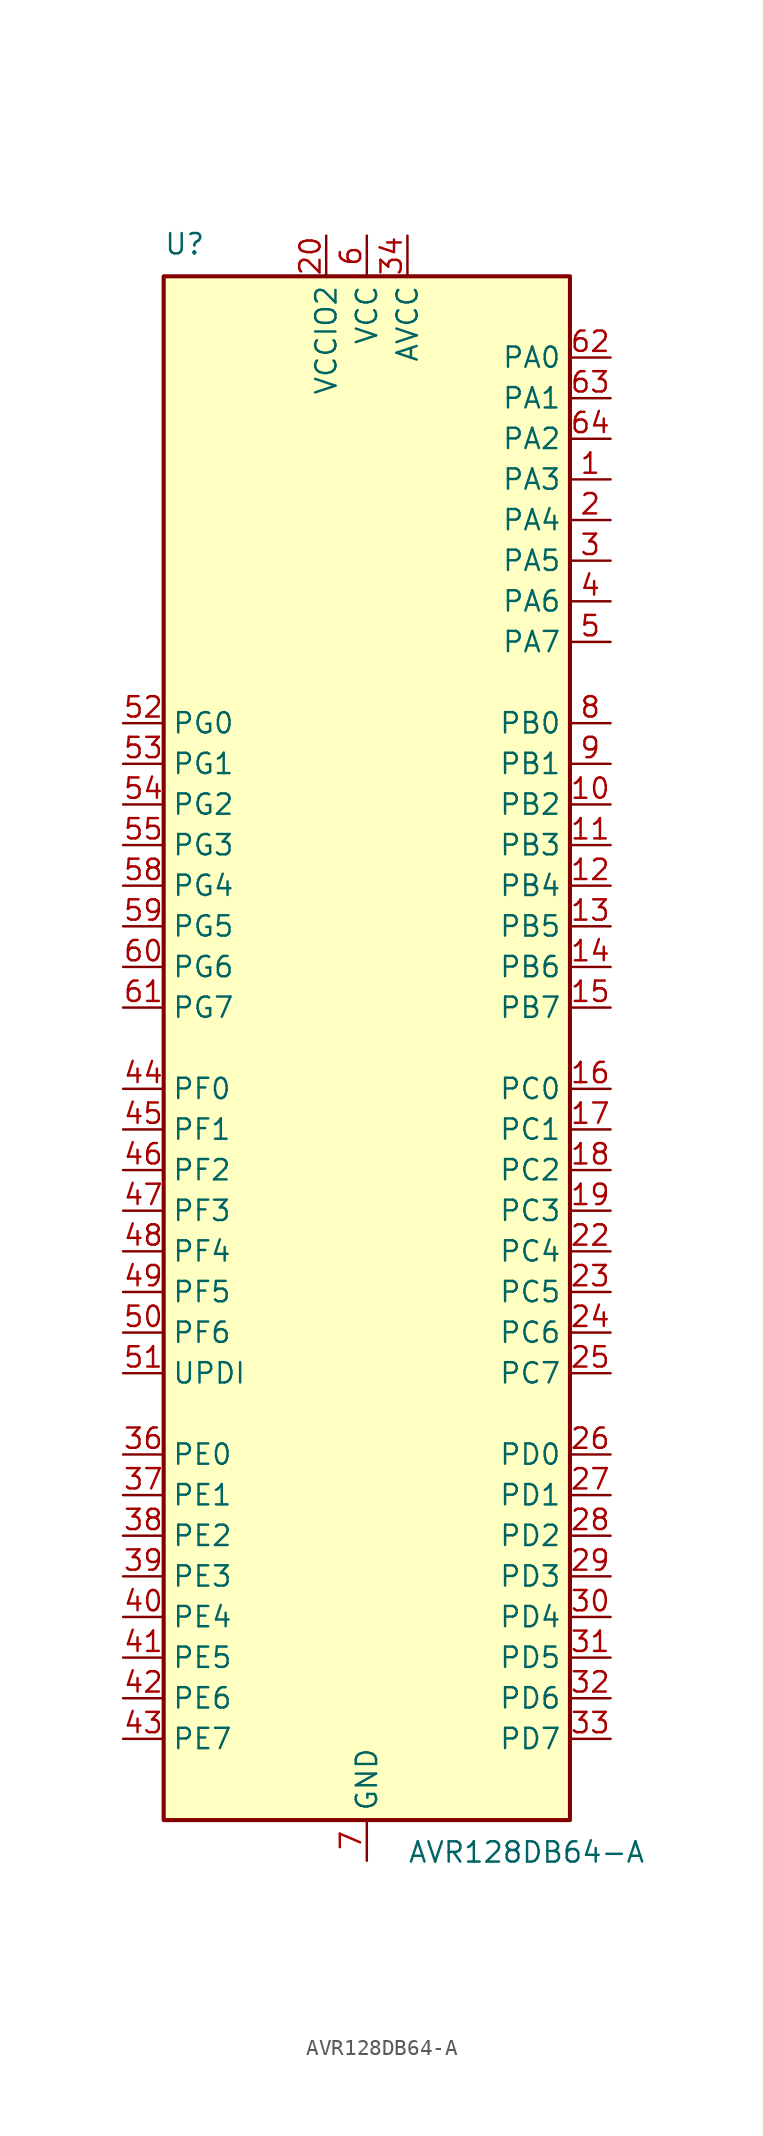
<source format=kicad_sym>
(kicad_symbol_lib
  (version 20211014)
  (generator kicad_symbol_editor)
  (symbol "AVR128DB64-A"
    (property "Reference" "U"
      (at -12.7 49.53 0)
      (effects (font (size 1.27 1.27)) (justify left bottom)))
    (property "Value" "AVR128DB64-A"
      (at 2.54 -49.53 0)
      (effects (font (size 1.27 1.27)) (justify left top)))
    (symbol "AVR128DB64-A_0_1"
      (rectangle (start -12.7 -48.26) (end 12.7 48.26) (stroke (width 0.254) (type default) (color 0 0 0 0)) (fill (type background))))
    (symbol "AVR128DB64-A_1_1"
      (pin bidirectional line (at 15.24 35.56 180) (length 2.54) (name "PA3" (effects (font (size 1.27 1.27)))) (number "1" (effects (font (size 1.27 1.27)))) (alternate "LUT0-OUT" output line) (alternate "TCA0-WO3" output line) (alternate "TCB1-WO" output line) (alternate "TWI0-SCL(MS)" bidirectional line) (alternate "USART0-XDIR" output line))
      (pin bidirectional line (at 15.24 15.24 180) (length 2.54) (name "PB2" (effects (font (size 1.27 1.27)))) (number "10" (effects (font (size 1.27 1.27)))) (alternate "EVOUTB" output line) (alternate "LUT4-IN2" input line) (alternate "TCA0-WO2(1)" output line) (alternate "TCA1-WO2" output line) (alternate "TWI1-SDA(MS)(0,2)" bidirectional line) (alternate "USART3-XCK" bidirectional line))
      (pin bidirectional line (at 15.24 12.7 180) (length 2.54) (name "PB3" (effects (font (size 1.27 1.27)))) (number "11" (effects (font (size 1.27 1.27)))) (alternate "LUT4-OUT" output line) (alternate "TCA0-WO3(1)" output line) (alternate "TCA1-WO3" output line) (alternate "USART1-SCL(MS)(0,2)" bidirectional line) (alternate "USART3-XDIR" output line))
      (pin bidirectional line (at 15.24 10.16 180) (length 2.54) (name "PB4" (effects (font (size 1.27 1.27)))) (number "12" (effects (font (size 1.27 1.27)))) (alternate "SPI1-MOSI(2)" bidirectional line) (alternate "TCA0-WO4(1)" output line) (alternate "TCA1-WO4" output line) (alternate "TCB2-WO(1)" output line) (alternate "TCD0-WOA(1)" output line) (alternate "USART3-TXD(1)" bidirectional line))
      (pin bidirectional line (at 15.24 7.62 180) (length 2.54) (name "PB5" (effects (font (size 1.27 1.27)))) (number "13" (effects (font (size 1.27 1.27)))) (alternate "SPI1-MISO(2)" bidirectional line) (alternate "TCA0-WO5(1)" output line) (alternate "TCA1-WO5" output line) (alternate "TCB3-WO" output line) (alternate "TCD0-WOB(1)" output line) (alternate "USART3-RXD(1)" input line))
      (pin bidirectional line (at 15.24 5.08 180) (length 2.54) (name "PB6" (effects (font (size 1.27 1.27)))) (number "14" (effects (font (size 1.27 1.27)))) (alternate "LUT4-OUT(1)" output line) (alternate "SPI1-SCK(2)" bidirectional line) (alternate "TCD0-WOC(1)" output line) (alternate "TWI1-SDA(S)(1,2)" input line) (alternate "USART3-XCK(1)" bidirectional line))
      (pin bidirectional line (at 15.24 2.54 180) (length 2.54) (name "PB7" (effects (font (size 1.27 1.27)))) (number "15" (effects (font (size 1.27 1.27)))) (alternate "EVOUTB(1)" output line) (alternate "SPI1-~{SS}(2)" bidirectional line) (alternate "TCD0-WOD(1)" output line) (alternate "TWI1-SCL(S)(1,2)" input line) (alternate "USART3-XDIR(1)" output line))
      (pin bidirectional line (at 15.24 -2.54 180) (length 2.54) (name "PC0" (effects (font (size 1.27 1.27)))) (number "16" (effects (font (size 1.27 1.27)))) (alternate "LUT1-IN0" input line) (alternate "SPI1-MOSI" bidirectional line) (alternate "TCA0-WO0(2)" output line) (alternate "TCB2-WO" output line) (alternate "USART1-TXD" bidirectional line))
      (pin bidirectional line (at 15.24 -5.08 180) (length 2.54) (name "PC1" (effects (font (size 1.27 1.27)))) (number "17" (effects (font (size 1.27 1.27)))) (alternate "LUT1-IN1" input line) (alternate "SPI1-MISO" bidirectional line) (alternate "TCA0-WO1(2)" output line) (alternate "TCB3-WO(1)" output line) (alternate "USART1-RXD" input line))
      (pin bidirectional line (at 15.24 -7.62 180) (length 2.54) (name "PC2" (effects (font (size 1.27 1.27)))) (number "18" (effects (font (size 1.27 1.27)))) (alternate "EVOUTC" output line) (alternate "LUT1-IN2" input line) (alternate "SPI1-SCK" bidirectional line) (alternate "TCA-WO2(2)" output line) (alternate "TWI0-SDA(MS+)(0,2)" bidirectional line) (alternate "USART1-XCK" bidirectional line))
      (pin bidirectional line (at 15.24 -10.16 180) (length 2.54) (name "PC3" (effects (font (size 1.27 1.27)))) (number "19" (effects (font (size 1.27 1.27)))) (alternate "LUT1-OUT" output line) (alternate "SPI1-~{SS}" bidirectional line) (alternate "TCA0-WO3(2)" output line) (alternate "TWI0-SCL(MS)(0,2" bidirectional line) (alternate "USART1-XDIR" output line))
      (pin bidirectional line (at 15.24 33.02 180) (length 2.54) (name "PA4" (effects (font (size 1.27 1.27)))) (number "2" (effects (font (size 1.27 1.27)))) (alternate "SPI0-MOSI" bidirectional line) (alternate "TCA0-WO4" output line) (alternate "TCD0-WOA" output line) (alternate "USART0-TXD(1)" bidirectional line))
      (pin power_in line (at -2.54 50.8 270) (length 2.54) (name "VCCIO2" (effects (font (size 1.27 1.27)))) (number "20" (effects (font (size 1.27 1.27)))))
      (pin power_in line (at 0 -50.8 90) (length 2.54) hide (name "GND" (effects (font (size 1.27 1.27)))) (number "21" (effects (font (size 1.27 1.27)))))
      (pin bidirectional line (at 15.24 -12.7 180) (length 2.54) (name "PC4" (effects (font (size 1.27 1.27)))) (number "22" (effects (font (size 1.27 1.27)))) (alternate "SPI1-MOSI(1)" bidirectional line) (alternate "TCA0-WO4(2)" output line) (alternate "TCA1-WO0(1)" output line) (alternate "USART1-TXD(1)" bidirectional line))
      (pin bidirectional line (at 15.24 -15.24 180) (length 2.54) (name "PC5" (effects (font (size 1.27 1.27)))) (number "23" (effects (font (size 1.27 1.27)))) (alternate "SPI1-MISO(1)" bidirectional line) (alternate "TCA0-WO5(2)" output line) (alternate "TCA1-WO1(1)" output line) (alternate "USART1-RXD(1)" input line))
      (pin bidirectional line (at 15.24 -17.78 180) (length 2.54) (name "PC6" (effects (font (size 1.27 1.27)))) (number "24" (effects (font (size 1.27 1.27)))) (alternate "AC0-OUT(1)" output line) (alternate "AC1-OUT(1)" output line) (alternate "AC2-OUT(1)" output line) (alternate "LUT1-OUT(1)" output line) (alternate "SPI1-SCK(1)" bidirectional line) (alternate "TCA-WO2(2)" output line) (alternate "TWI0-SDA(S)(1,2)" bidirectional line) (alternate "USART1-XCK(1)" bidirectional line))
      (pin bidirectional line (at 15.24 -20.32 180) (length 2.54) (name "PC7" (effects (font (size 1.27 1.27)))) (number "25" (effects (font (size 1.27 1.27)))) (alternate "EVOUTC(1)" output line) (alternate "SPI1-~{SS}(1)" bidirectional line) (alternate "TWI0-SCL(S)(1,2)" bidirectional line) (alternate "USART1-XDIR(1)" output line) (alternate "ZCD0-OUT(1)" output line) (alternate "ZCD1-OUT(1)" output line) (alternate "ZCD2-OUT(1)" output line))
      (pin bidirectional line (at 15.24 -25.4 180) (length 2.54) (name "PD0" (effects (font (size 1.27 1.27)))) (number "26" (effects (font (size 1.27 1.27)))) (alternate "AC0-AINN1" input line) (alternate "AC1-AINN1" input line) (alternate "AC2-AINN1" input line) (alternate "ADC0-AIN0" input line) (alternate "LUT2-IN0" input line) (alternate "TC0-WO0(3)" output line))
      (pin bidirectional line (at 15.24 -27.94 180) (length 2.54) (name "PD1" (effects (font (size 1.27 1.27)))) (number "27" (effects (font (size 1.27 1.27)))) (alternate "ADC0-AIN1" input line) (alternate "LUT2-IN1" input line) (alternate "OP0-INP" input line) (alternate "TCA0-WO1(3)" output line) (alternate "ZCD0-ZCIN" input line))
      (pin bidirectional line (at 15.24 -30.48 180) (length 2.54) (name "PD2" (effects (font (size 1.27 1.27)))) (number "28" (effects (font (size 1.27 1.27)))) (alternate "AC0-AINP0" input line) (alternate "AC1-AINP0" input line) (alternate "AC2-AINP0" input line) (alternate "ADC0-AIN2" input line) (alternate "EVOUTD" output line) (alternate "LUT2-IN2" input line) (alternate "OP0-OUT" output line) (alternate "TCA0-WO2(3)" output line))
      (pin bidirectional line (at 15.24 -33.02 180) (length 2.54) (name "PD3" (effects (font (size 1.27 1.27)))) (number "29" (effects (font (size 1.27 1.27)))) (alternate "AC0-AINN0" input line) (alternate "AC1-AINP1" input line) (alternate "ADC0-AIN3" input line) (alternate "LUT2-OUT" output line) (alternate "OP0-INN" input line) (alternate "TCA0-WO3(3)" output line))
      (pin bidirectional line (at 15.24 30.48 180) (length 2.54) (name "PA5" (effects (font (size 1.27 1.27)))) (number "3" (effects (font (size 1.27 1.27)))) (alternate "SPI0-MISO" bidirectional line) (alternate "TCA0-WO5" output line) (alternate "TCD0-WOB" output line) (alternate "USART0-RXD(1)" input line))
      (pin bidirectional line (at 15.24 -35.56 180) (length 2.54) (name "PD4" (effects (font (size 1.27 1.27)))) (number "30" (effects (font (size 1.27 1.27)))) (alternate "AC1-AINP2" input line) (alternate "AC2-AINP1" input line) (alternate "ADC0-AIN4" input line) (alternate "OP1-INP" input line) (alternate "TCA0-WO4(3)" output line))
      (pin bidirectional line (at 15.24 -38.1 180) (length 2.54) (name "PD5" (effects (font (size 1.27 1.27)))) (number "31" (effects (font (size 1.27 1.27)))) (alternate "AC1-AINN0" input line) (alternate "ADC0-AIN5" input line) (alternate "OP1-OUT" output line) (alternate "TCA0-WO5(3)" output line))
      (pin bidirectional line (at 15.24 -40.64 180) (length 2.54) (name "PD6" (effects (font (size 1.27 1.27)))) (number "32" (effects (font (size 1.27 1.27)))) (alternate "AC0-AINP3" input line) (alternate "AC1-AINP3" input line) (alternate "AC2-AINP3" input line) (alternate "ADC0-AIN6" input line) (alternate "DAC0-OUT" output line) (alternate "LUT2-OUT(1)" output line))
      (pin bidirectional line (at 15.24 -43.18 180) (length 2.54) (name "PD7" (effects (font (size 1.27 1.27)))) (number "33" (effects (font (size 1.27 1.27)))) (alternate "AC0-AINN2" input line) (alternate "AC1-AINN2" input line) (alternate "AC2-AINN0/2" input line) (alternate "ADC0-AIN7" input line) (alternate "EVOUTD(1)" output line) (alternate "OP1-INN" input line) (alternate "VREFA" input line))
      (pin power_in line (at 2.54 50.8 270) (length 2.54) (name "AVCC" (effects (font (size 1.27 1.27)))) (number "34" (effects (font (size 1.27 1.27)))))
      (pin power_in line (at 0 -50.8 90) (length 2.54) hide (name "GND" (effects (font (size 1.27 1.27)))) (number "35" (effects (font (size 1.27 1.27)))))
      (pin bidirectional line (at -15.24 -25.4 0) (length 2.54) (name "PE0" (effects (font (size 1.27 1.27)))) (number "36" (effects (font (size 1.27 1.27)))) (alternate "AC0-AINP1" input line) (alternate "ADC0-AIN8" input line) (alternate "SPI0-MOSI(1)" bidirectional line) (alternate "TCA0-WO0(4)" output line) (alternate "USART4-TXD" output line))
      (pin bidirectional line (at -15.24 -27.94 0) (length 2.54) (name "PE1" (effects (font (size 1.27 1.27)))) (number "37" (effects (font (size 1.27 1.27)))) (alternate "AC2-AINP2" input line) (alternate "ADC-AIN9" input line) (alternate "OP2-INP" input line) (alternate "SPI0-MISO(1)" bidirectional line) (alternate "TCA0-WO1(4)" output line) (alternate "USART4-RXD" input line))
      (pin bidirectional line (at -15.24 -30.48 0) (length 2.54) (name "PE2" (effects (font (size 1.27 1.27)))) (number "38" (effects (font (size 1.27 1.27)))) (alternate "AC0-AINP2" input line) (alternate "ADC0-AIN10" input line) (alternate "EVOUTE" output line) (alternate "OP2-OUT" output line) (alternate "SPI0-SCK(1)" bidirectional line) (alternate "TCA0-WO2(4)" output line) (alternate "USART4-XCK" bidirectional line))
      (pin bidirectional line (at -15.24 -33.02 0) (length 2.54) (name "PE3" (effects (font (size 1.27 1.27)))) (number "39" (effects (font (size 1.27 1.27)))) (alternate "ADC0-AIN11" input line) (alternate "OP2-INN" input line) (alternate "SPI0-~{SS}(1)" bidirectional line) (alternate "TCA0-WO3(4)" output line) (alternate "USART4-XDIR" output line) (alternate "ZCD1-ZCIN" input line))
      (pin bidirectional line (at 15.24 27.94 180) (length 2.54) (name "PA6" (effects (font (size 1.27 1.27)))) (number "4" (effects (font (size 1.27 1.27)))) (alternate "LUT0-OUT(1)" output line) (alternate "SPI0-SCK" bidirectional line) (alternate "TCD0-WOC" output line) (alternate "USART0-XCK(1)" bidirectional line))
      (pin bidirectional line (at -15.24 -35.56 0) (length 2.54) (name "PE4" (effects (font (size 1.27 1.27)))) (number "40" (effects (font (size 1.27 1.27)))) (alternate "ADC0-AIN12" input line) (alternate "TCA0-WO4(4)" output line) (alternate "TCA1-WO0(2)" output line) (alternate "USART4-TXD(1)" bidirectional line))
      (pin bidirectional line (at -15.24 -38.1 0) (length 2.54) (name "PE5" (effects (font (size 1.27 1.27)))) (number "41" (effects (font (size 1.27 1.27)))) (alternate "ADC0-AIN13" input line) (alternate "TCA0-WO5(4)" output line) (alternate "TCA1-WO1(2)" output line) (alternate "USART4-RXD(1)" input line))
      (pin bidirectional line (at -15.24 -40.64 0) (length 2.54) (name "PE6" (effects (font (size 1.27 1.27)))) (number "42" (effects (font (size 1.27 1.27)))) (alternate "ADC0-AIN14" input line) (alternate "TCA1-WO2(2)" output line) (alternate "USART4-XCK(1)" bidirectional line))
      (pin bidirectional line (at -15.24 -43.18 0) (length 2.54) (name "PE7" (effects (font (size 1.27 1.27)))) (number "43" (effects (font (size 1.27 1.27)))) (alternate "ADC0-AIN15" input line) (alternate "EVOUTE(1)" output line) (alternate "USART4-XDIR(1)" output line) (alternate "ZCD2-ZCIN" input line))
      (pin bidirectional line (at -15.24 -2.54 0) (length 2.54) (name "PF0" (effects (font (size 1.27 1.27)))) (number "44" (effects (font (size 1.27 1.27)))) (alternate "ADC0-AIN16(P)" input line) (alternate "LUT3-IN0" input line) (alternate "TCA0-WO0(5)" output line) (alternate "TCD0-WOA(2)" output line) (alternate "USART2-TXD" bidirectional line) (alternate "XTAL32K1" passive line))
      (pin bidirectional line (at -15.24 -5.08 0) (length 2.54) (name "PF1" (effects (font (size 1.27 1.27)))) (number "45" (effects (font (size 1.27 1.27)))) (alternate "ADC0-AIN17(P)" input line) (alternate "LUT3-IN1" input line) (alternate "TCA0-WO1(5)" output line) (alternate "TCD0-WOB(2)" output line) (alternate "USART2-RXD" input line) (alternate "XTAL32K2" passive line))
      (pin bidirectional line (at -15.24 -7.62 0) (length 2.54) (name "PF2" (effects (font (size 1.27 1.27)))) (number "46" (effects (font (size 1.27 1.27)))) (alternate "ADC0-AIN18(P)" input line) (alternate "EVOUTF" output line) (alternate "LUT3-IN2" input line) (alternate "TCA0-WO2(5)" output line) (alternate "TCD0-WOC(2)" output line) (alternate "TWI1-SDA(MS+)" bidirectional line) (alternate "USART2-XCK" bidirectional line))
      (pin bidirectional line (at -15.24 -10.16 0) (length 2.54) (name "PF3" (effects (font (size 1.27 1.27)))) (number "47" (effects (font (size 1.27 1.27)))) (alternate "ADC0-AIN19(P)" input line) (alternate "LUT3-OUT" output line) (alternate "TCA0-WO3(5)" output line) (alternate "TCD0-WOD(2)" output line) (alternate "TWI1-SCL(MS+)" bidirectional line) (alternate "USART2-XDIR" output line))
      (pin bidirectional line (at -15.24 -12.7 0) (length 2.54) (name "PF4" (effects (font (size 1.27 1.27)))) (number "48" (effects (font (size 1.27 1.27)))) (alternate "ADC0-AIN20(P)" input line) (alternate "TCA0-WO4(5)" output line) (alternate "TCB0-WO(1)" output line) (alternate "USART2-TXD(1)" output line))
      (pin bidirectional line (at -15.24 -15.24 0) (length 2.54) (name "PF5" (effects (font (size 1.27 1.27)))) (number "49" (effects (font (size 1.27 1.27)))) (alternate "ADC0-AIN21(P)" input line) (alternate "TCA0-WO5(5)" output line) (alternate "TCB1-WO(1)" output line) (alternate "USART2-RXD(1)" input line))
      (pin bidirectional line (at 15.24 25.4 180) (length 2.54) (name "PA7" (effects (font (size 1.27 1.27)))) (number "5" (effects (font (size 1.27 1.27)))) (alternate "AC0-OUT" output line) (alternate "AC1-OUT" output line) (alternate "AC2-OUT" output line) (alternate "CLKOUT" output line) (alternate "EVOUTA(1)" output line) (alternate "SPI0-~{SS}" bidirectional line) (alternate "TCD0-WOD" output line) (alternate "USART0-XDIR(1)" output line) (alternate "ZCD0-OUT" output line) (alternate "ZCD1-OUT" output line) (alternate "ZDC2-OUT" output line))
      (pin input line (at -15.24 -17.78 0) (length 2.54) (name "PF6" (effects (font (size 1.27 1.27)))) (number "50" (effects (font (size 1.27 1.27)))) (alternate "~{RESET}" input line))
      (pin bidirectional line (at -15.24 -20.32 0) (length 2.54) (name "UPDI" (effects (font (size 1.27 1.27)))) (number "51" (effects (font (size 1.27 1.27)))))
      (pin bidirectional line (at -15.24 20.32 0) (length 2.54) (name "PG0" (effects (font (size 1.27 1.27)))) (number "52" (effects (font (size 1.27 1.27)))) (alternate "LUT5-IN0" input line) (alternate "TCA0-WO0(6)" output line) (alternate "TCA1-WO0(3)" output line) (alternate "USART5-TXD" bidirectional line))
      (pin bidirectional line (at -15.24 17.78 0) (length 2.54) (name "PG1" (effects (font (size 1.27 1.27)))) (number "53" (effects (font (size 1.27 1.27)))) (alternate "LUT5-IN1" input line) (alternate "TCA0-WO1(6)" output line) (alternate "TCA1-WO1(3)" output line) (alternate "USART5-RXD" input line))
      (pin bidirectional line (at -15.24 15.24 0) (length 2.54) (name "PG2" (effects (font (size 1.27 1.27)))) (number "54" (effects (font (size 1.27 1.27)))) (alternate "EVOUTG" output line) (alternate "LUT5-IN2" input line) (alternate "TCA0-WO2(6)" output line) (alternate "TCA1-WO2(3)" output line) (alternate "USART5-XCK" bidirectional line))
      (pin bidirectional line (at -15.24 12.7 0) (length 2.54) (name "PG3" (effects (font (size 1.27 1.27)))) (number "55" (effects (font (size 1.27 1.27)))) (alternate "LUT5-OUT" output line) (alternate "TCA0-WO3(6)" output line) (alternate "TCA1-WO3(3)" output line) (alternate "TCB4-WO" output line) (alternate "USART5-XDIR" output line))
      (pin power_in line (at 0 50.8 270) (length 2.54) hide (name "VCC" (effects (font (size 1.27 1.27)))) (number "56" (effects (font (size 1.27 1.27)))))
      (pin power_in line (at 0 -50.8 90) (length 2.54) hide (name "GND" (effects (font (size 1.27 1.27)))) (number "57" (effects (font (size 1.27 1.27)))))
      (pin bidirectional line (at -15.24 10.16 0) (length 2.54) (name "PG4" (effects (font (size 1.27 1.27)))) (number "58" (effects (font (size 1.27 1.27)))) (alternate "SPI0-MOSI(2)" bidirectional line) (alternate "TCA0-WO4(6)" output line) (alternate "TCA1-WO4(3)" output line) (alternate "TCD0-WOB(3)" output line) (alternate "USART5-TXD(1)" bidirectional line))
      (pin bidirectional line (at -15.24 7.62 0) (length 2.54) (name "PG5" (effects (font (size 1.27 1.27)))) (number "59" (effects (font (size 1.27 1.27)))) (alternate "SPI0-MISO(2)" bidirectional line) (alternate "TCA0-WO5(6)" output line) (alternate "TCA1-WO5(3)" output line) (alternate "TCD0-WOB(3)" output line) (alternate "USART5-RXD(1)" input line))
      (pin power_in line (at 0 50.8 270) (length 2.54) (name "VCC" (effects (font (size 1.27 1.27)))) (number "6" (effects (font (size 1.27 1.27)))))
      (pin bidirectional line (at -15.24 5.08 0) (length 2.54) (name "PG6" (effects (font (size 1.27 1.27)))) (number "60" (effects (font (size 1.27 1.27)))) (alternate "LUT5-OUT(1)" output line) (alternate "SPI0-SCK(2)" bidirectional line) (alternate "TCD0-WOC(3)" output line) (alternate "USART5-XCK(1)" bidirectional line))
      (pin bidirectional line (at -15.24 2.54 0) (length 2.54) (name "PG7" (effects (font (size 1.27 1.27)))) (number "61" (effects (font (size 1.27 1.27)))) (alternate "EVOUTG(1)" output line) (alternate "SPI0-~{SS}(2)" bidirectional line) (alternate "TCD-WOD(3)" output line) (alternate "USART5-XDIR(1)" output line))
      (pin bidirectional line (at 15.24 43.18 180) (length 2.54) (name "PA0" (effects (font (size 1.27 1.27)))) (number "62" (effects (font (size 1.27 1.27)))) (alternate "EXTCLK" input clock) (alternate "LUT0-IN0" input line) (alternate "TCA0-WO0" output line) (alternate "USART0-TXD" bidirectional line) (alternate "XTALHF1" passive line))
      (pin bidirectional line (at 15.24 40.64 180) (length 2.54) (name "PA1" (effects (font (size 1.27 1.27)))) (number "63" (effects (font (size 1.27 1.27)))) (alternate "LUT0-IN1" input line) (alternate "TCA0-WO1" output line) (alternate "USART0-RXD" input line) (alternate "XTALHF2" passive clock))
      (pin bidirectional line (at 15.24 38.1 180) (length 2.54) (name "PA2" (effects (font (size 1.27 1.27)))) (number "64" (effects (font (size 1.27 1.27)))) (alternate "EVOUTA" output line) (alternate "LUT0-IN2" input line) (alternate "TCA0-WO2" output line) (alternate "TCB0-WO" output line) (alternate "TWI0-SDA(MS)" bidirectional line) (alternate "USART0-XCK" bidirectional line))
      (pin power_in line (at 0 -50.8 90) (length 2.54) (name "GND" (effects (font (size 1.27 1.27)))) (number "7" (effects (font (size 1.27 1.27)))))
      (pin bidirectional line (at 15.24 20.32 180) (length 2.54) (name "PB0" (effects (font (size 1.27 1.27)))) (number "8" (effects (font (size 1.27 1.27)))) (alternate "LUT4-IN0" input line) (alternate "TCA0-WO0(1)" output line) (alternate "TCA1-WO0" output line) (alternate "UART3-TXD" bidirectional line))
      (pin bidirectional line (at 15.24 17.78 180) (length 2.54) (name "PB1" (effects (font (size 1.27 1.27)))) (number "9" (effects (font (size 1.27 1.27)))) (alternate "LUT4-IN1" input line) (alternate "TCA0-WO1(1)" output line) (alternate "TCA1-WO0" output line) (alternate "USART3-RXD" input line)))))
</source>
